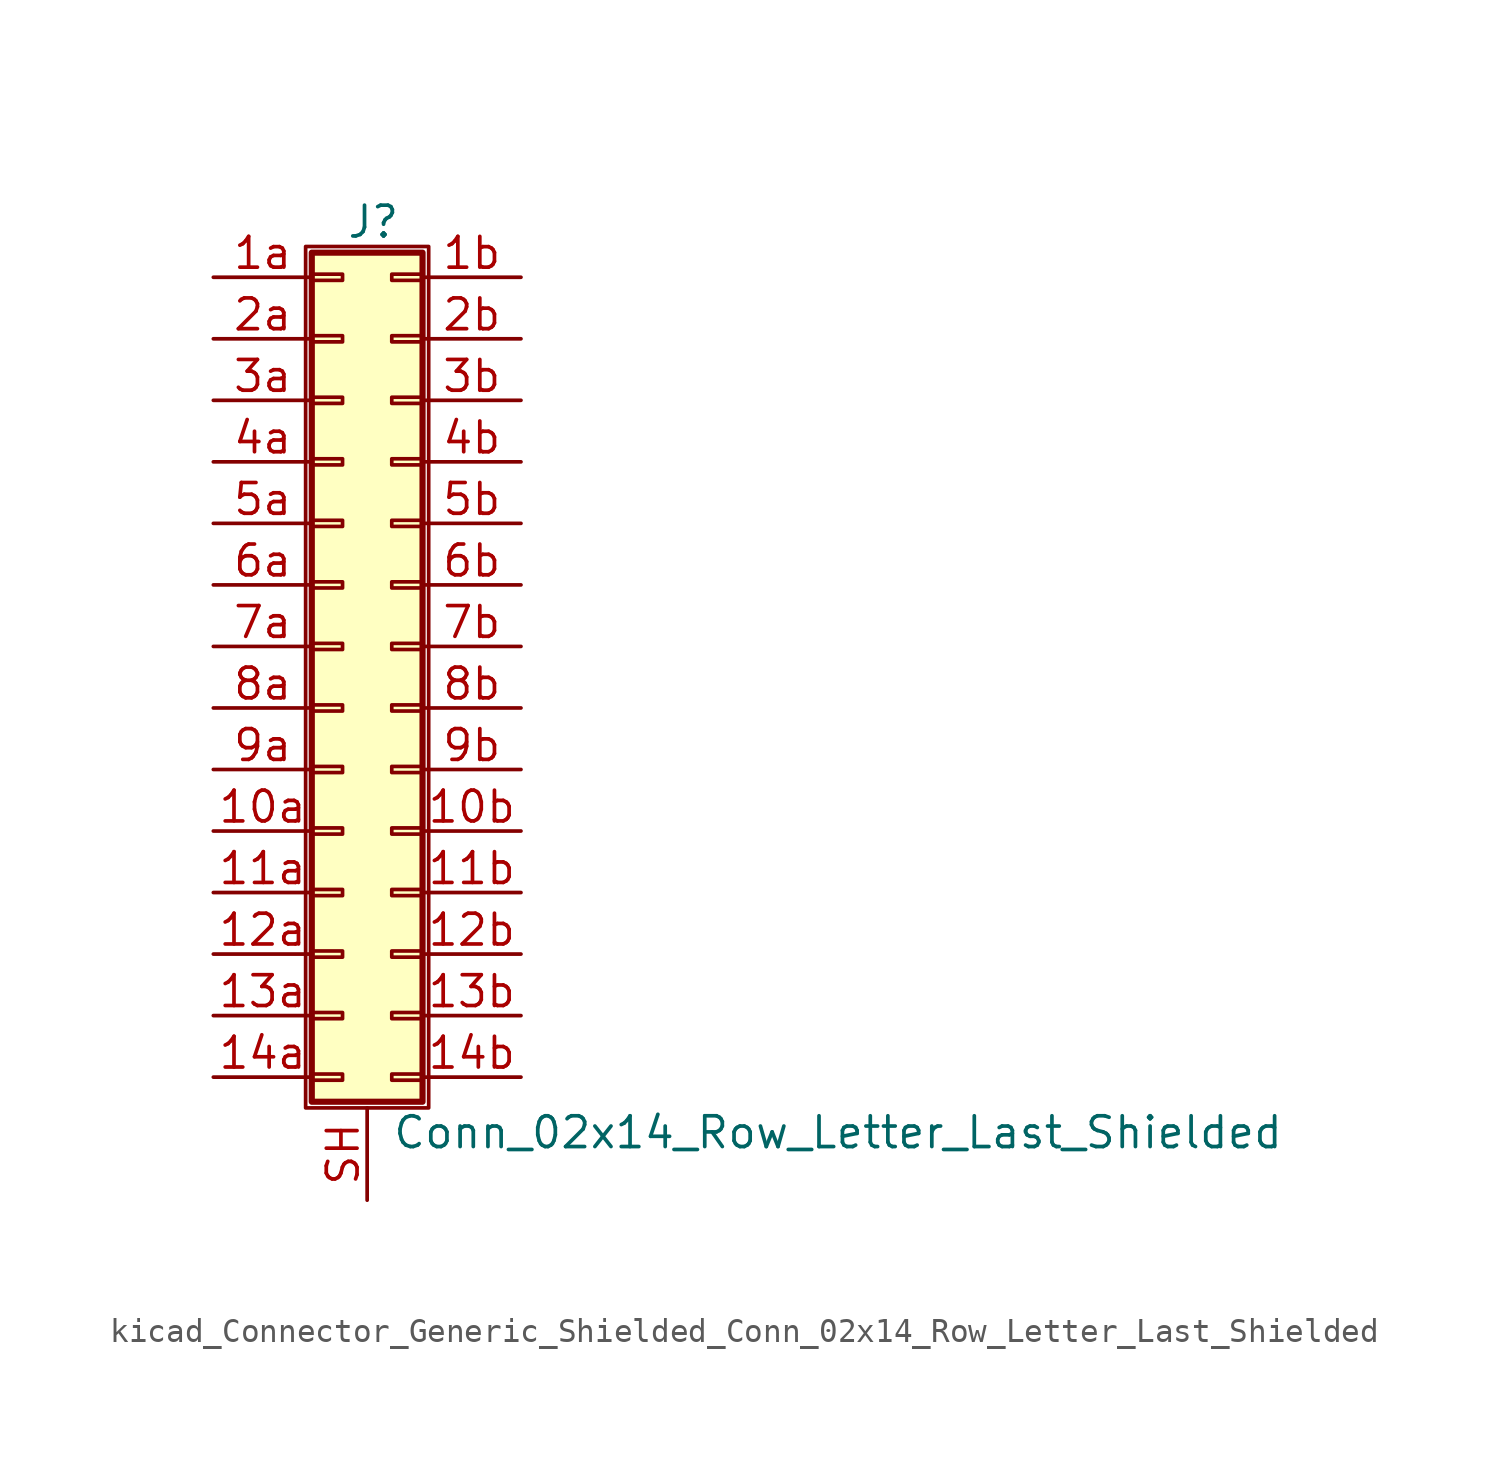
<source format=kicad_sym>
(kicad_symbol_lib
  (version 20220914)
  (generator kicad_symbol_editor)
  (symbol "kicad_Connector_Generic_Shielded_Conn_02x14_Row_Letter_Last_Shielded"
    (pin_names
      (offset 1.016) hide)
    (property "Reference" "J"
      (at 1.524 17.526 0)
      (effects (font (size 1.27 1.27))))
    (property "Value" "Conn_02x14_Row_Letter_Last_Shielded"
      (at 2.286 -20.066 0)
      (effects (font (size 1.27 1.27)) (justify left)))
    (symbol "kicad_Connector_Generic_Shielded_Conn_02x14_Row_Letter_Last_Shielded_1_1"
      (rectangle (start -1.27 16.51) (end 3.81 -19.05) (stroke (width 0.152) (type default)) (fill (type none)))
      (rectangle (start -1.016 -17.653) (end 0.254 -17.907) (stroke (width 0.152) (type default)) (fill (type none)))
      (rectangle (start -1.016 -15.113) (end 0.254 -15.367) (stroke (width 0.152) (type default)) (fill (type none)))
      (rectangle (start -1.016 -12.573) (end 0.254 -12.827) (stroke (width 0.152) (type default)) (fill (type none)))
      (rectangle (start -1.016 -10.033) (end 0.254 -10.287) (stroke (width 0.152) (type default)) (fill (type none)))
      (rectangle (start -1.016 -7.493) (end 0.254 -7.747) (stroke (width 0.152) (type default)) (fill (type none)))
      (rectangle (start -1.016 -4.953) (end 0.254 -5.207) (stroke (width 0.152) (type default)) (fill (type none)))
      (rectangle (start -1.016 -2.413) (end 0.254 -2.667) (stroke (width 0.152) (type default)) (fill (type none)))
      (rectangle (start -1.016 0.127) (end 0.254 -0.127) (stroke (width 0.152) (type default)) (fill (type none)))
      (rectangle (start -1.016 2.667) (end 0.254 2.413) (stroke (width 0.152) (type default)) (fill (type none)))
      (rectangle (start -1.016 5.207) (end 0.254 4.953) (stroke (width 0.152) (type default)) (fill (type none)))
      (rectangle (start -1.016 7.747) (end 0.254 7.493) (stroke (width 0.152) (type default)) (fill (type none)))
      (rectangle (start -1.016 10.287) (end 0.254 10.033) (stroke (width 0.152) (type default)) (fill (type none)))
      (rectangle (start -1.016 12.827) (end 0.254 12.573) (stroke (width 0.152) (type default)) (fill (type none)))
      (rectangle (start -1.016 15.367) (end 0.254 15.113) (stroke (width 0.152) (type default)) (fill (type none)))
      (rectangle (start -1.016 16.256) (end 3.556 -18.796) (stroke (width 0.254) (type default)) (fill (type background)))
      (rectangle (start 3.556 -17.653) (end 2.286 -17.907) (stroke (width 0.152) (type default)) (fill (type none)))
      (rectangle (start 3.556 -15.113) (end 2.286 -15.367) (stroke (width 0.152) (type default)) (fill (type none)))
      (rectangle (start 3.556 -12.573) (end 2.286 -12.827) (stroke (width 0.152) (type default)) (fill (type none)))
      (rectangle (start 3.556 -10.033) (end 2.286 -10.287) (stroke (width 0.152) (type default)) (fill (type none)))
      (rectangle (start 3.556 -7.493) (end 2.286 -7.747) (stroke (width 0.152) (type default)) (fill (type none)))
      (rectangle (start 3.556 -4.953) (end 2.286 -5.207) (stroke (width 0.152) (type default)) (fill (type none)))
      (rectangle (start 3.556 -2.413) (end 2.286 -2.667) (stroke (width 0.152) (type default)) (fill (type none)))
      (rectangle (start 3.556 0.127) (end 2.286 -0.127) (stroke (width 0.152) (type default)) (fill (type none)))
      (rectangle (start 3.556 2.667) (end 2.286 2.413) (stroke (width 0.152) (type default)) (fill (type none)))
      (rectangle (start 3.556 5.207) (end 2.286 4.953) (stroke (width 0.152) (type default)) (fill (type none)))
      (rectangle (start 3.556 7.747) (end 2.286 7.493) (stroke (width 0.152) (type default)) (fill (type none)))
      (rectangle (start 3.556 10.287) (end 2.286 10.033) (stroke (width 0.152) (type default)) (fill (type none)))
      (rectangle (start 3.556 12.827) (end 2.286 12.573) (stroke (width 0.152) (type default)) (fill (type none)))
      (rectangle (start 3.556 15.367) (end 2.286 15.113) (stroke (width 0.152) (type default)) (fill (type none)))
      (pin passive line (at -5.08 -7.62 0) (length 4.064) (name "Pin_10a" (effects (font (size 1.27 1.27)))) (number "10a" (effects (font (size 1.27 1.27)))))
      (pin passive line (at 7.62 -7.62 180) (length 4.064) (name "Pin_10b" (effects (font (size 1.27 1.27)))) (number "10b" (effects (font (size 1.27 1.27)))))
      (pin passive line (at -5.08 -10.16 0) (length 4.064) (name "Pin_11a" (effects (font (size 1.27 1.27)))) (number "11a" (effects (font (size 1.27 1.27)))))
      (pin passive line (at 7.62 -10.16 180) (length 4.064) (name "Pin_11b" (effects (font (size 1.27 1.27)))) (number "11b" (effects (font (size 1.27 1.27)))))
      (pin passive line (at -5.08 -12.7 0) (length 4.064) (name "Pin_12a" (effects (font (size 1.27 1.27)))) (number "12a" (effects (font (size 1.27 1.27)))))
      (pin passive line (at 7.62 -12.7 180) (length 4.064) (name "Pin_12b" (effects (font (size 1.27 1.27)))) (number "12b" (effects (font (size 1.27 1.27)))))
      (pin passive line (at -5.08 -15.24 0) (length 4.064) (name "Pin_13a" (effects (font (size 1.27 1.27)))) (number "13a" (effects (font (size 1.27 1.27)))))
      (pin passive line (at 7.62 -15.24 180) (length 4.064) (name "Pin_13b" (effects (font (size 1.27 1.27)))) (number "13b" (effects (font (size 1.27 1.27)))))
      (pin passive line (at -5.08 -17.78 0) (length 4.064) (name "Pin_14a" (effects (font (size 1.27 1.27)))) (number "14a" (effects (font (size 1.27 1.27)))))
      (pin passive line (at 7.62 -17.78 180) (length 4.064) (name "Pin_14b" (effects (font (size 1.27 1.27)))) (number "14b" (effects (font (size 1.27 1.27)))))
      (pin passive line (at -5.08 15.24 0) (length 4.064) (name "Pin_1a" (effects (font (size 1.27 1.27)))) (number "1a" (effects (font (size 1.27 1.27)))))
      (pin passive line (at 7.62 15.24 180) (length 4.064) (name "Pin_1b" (effects (font (size 1.27 1.27)))) (number "1b" (effects (font (size 1.27 1.27)))))
      (pin passive line (at -5.08 12.7 0) (length 4.064) (name "Pin_2a" (effects (font (size 1.27 1.27)))) (number "2a" (effects (font (size 1.27 1.27)))))
      (pin passive line (at 7.62 12.7 180) (length 4.064) (name "Pin_2b" (effects (font (size 1.27 1.27)))) (number "2b" (effects (font (size 1.27 1.27)))))
      (pin passive line (at -5.08 10.16 0) (length 4.064) (name "Pin_3a" (effects (font (size 1.27 1.27)))) (number "3a" (effects (font (size 1.27 1.27)))))
      (pin passive line (at 7.62 10.16 180) (length 4.064) (name "Pin_3b" (effects (font (size 1.27 1.27)))) (number "3b" (effects (font (size 1.27 1.27)))))
      (pin passive line (at -5.08 7.62 0) (length 4.064) (name "Pin_4a" (effects (font (size 1.27 1.27)))) (number "4a" (effects (font (size 1.27 1.27)))))
      (pin passive line (at 7.62 7.62 180) (length 4.064) (name "Pin_4b" (effects (font (size 1.27 1.27)))) (number "4b" (effects (font (size 1.27 1.27)))))
      (pin passive line (at -5.08 5.08 0) (length 4.064) (name "Pin_5a" (effects (font (size 1.27 1.27)))) (number "5a" (effects (font (size 1.27 1.27)))))
      (pin passive line (at 7.62 5.08 180) (length 4.064) (name "Pin_5b" (effects (font (size 1.27 1.27)))) (number "5b" (effects (font (size 1.27 1.27)))))
      (pin passive line (at -5.08 2.54 0) (length 4.064) (name "Pin_6a" (effects (font (size 1.27 1.27)))) (number "6a" (effects (font (size 1.27 1.27)))))
      (pin passive line (at 7.62 2.54 180) (length 4.064) (name "Pin_6b" (effects (font (size 1.27 1.27)))) (number "6b" (effects (font (size 1.27 1.27)))))
      (pin passive line (at -5.08 0 0) (length 4.064) (name "Pin_7a" (effects (font (size 1.27 1.27)))) (number "7a" (effects (font (size 1.27 1.27)))))
      (pin passive line (at 7.62 0 180) (length 4.064) (name "Pin_7b" (effects (font (size 1.27 1.27)))) (number "7b" (effects (font (size 1.27 1.27)))))
      (pin passive line (at -5.08 -2.54 0) (length 4.064) (name "Pin_8a" (effects (font (size 1.27 1.27)))) (number "8a" (effects (font (size 1.27 1.27)))))
      (pin passive line (at 7.62 -2.54 180) (length 4.064) (name "Pin_8b" (effects (font (size 1.27 1.27)))) (number "8b" (effects (font (size 1.27 1.27)))))
      (pin passive line (at -5.08 -5.08 0) (length 4.064) (name "Pin_9a" (effects (font (size 1.27 1.27)))) (number "9a" (effects (font (size 1.27 1.27)))))
      (pin passive line (at 7.62 -5.08 180) (length 4.064) (name "Pin_9b" (effects (font (size 1.27 1.27)))) (number "9b" (effects (font (size 1.27 1.27)))))
      (pin passive line (at 1.27 -22.86 90) (length 3.81) (name "Shield" (effects (font (size 1.27 1.27)))) (number "SH" (effects (font (size 1.27 1.27))))))))
</source>
